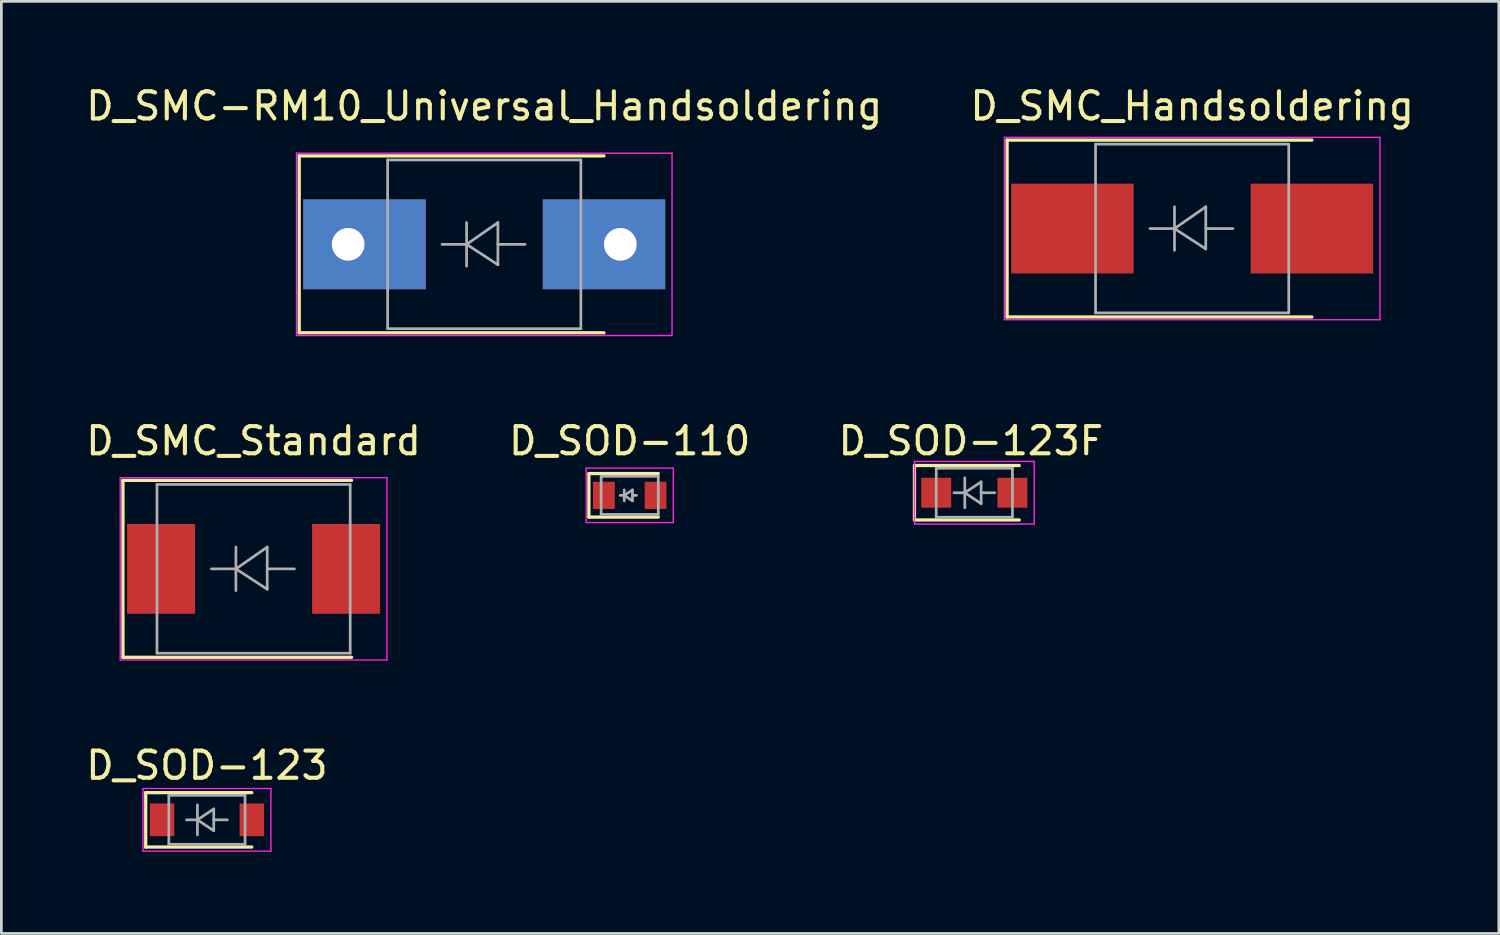
<source format=kicad_pcb>
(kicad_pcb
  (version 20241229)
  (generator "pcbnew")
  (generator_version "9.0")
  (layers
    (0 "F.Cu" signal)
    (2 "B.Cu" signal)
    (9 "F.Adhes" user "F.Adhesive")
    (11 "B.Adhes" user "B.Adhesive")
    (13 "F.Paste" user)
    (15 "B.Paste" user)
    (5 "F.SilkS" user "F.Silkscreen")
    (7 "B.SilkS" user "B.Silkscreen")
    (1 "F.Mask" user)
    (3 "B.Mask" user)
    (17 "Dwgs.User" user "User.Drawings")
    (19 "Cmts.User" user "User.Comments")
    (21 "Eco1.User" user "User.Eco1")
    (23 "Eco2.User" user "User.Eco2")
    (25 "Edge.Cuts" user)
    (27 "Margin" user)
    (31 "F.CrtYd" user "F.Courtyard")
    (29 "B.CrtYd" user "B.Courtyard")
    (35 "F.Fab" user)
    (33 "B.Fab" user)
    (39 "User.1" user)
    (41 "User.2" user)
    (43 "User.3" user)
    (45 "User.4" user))
  (footprint "D_SOD-123"
    (layer "F.Cu")
    (at 4.554 27.075)
    (property "Reference" "D_SOD-123" (at 0 -2 0) (layer "F.SilkS") (effects (font (size 1 1) (thickness 0.15))))
    (attr smd)
    (fp_line (start -2.25 -1) (end -2.25 1) (stroke (width 0.12) (type solid)) (layer "F.SilkS"))
    (fp_line (start -2.25 -1) (end 1.65 -1) (stroke (width 0.12) (type solid)) (layer "F.SilkS"))
    (fp_line (start -2.25 1) (end 1.65 1) (stroke (width 0.12) (type solid)) (layer "F.SilkS"))
    (fp_line (start -2.35 -1.15) (end -2.35 1.15) (stroke (width 0.05) (type solid)) (layer "F.CrtYd"))
    (fp_line (start -2.35 -1.15) (end 2.35 -1.15) (stroke (width 0.05) (type solid)) (layer "F.CrtYd"))
    (fp_line (start 2.35 -1.15) (end 2.35 1.15) (stroke (width 0.05) (type solid)) (layer "F.CrtYd"))
    (fp_line (start 2.35 1.15) (end -2.35 1.15) (stroke (width 0.05) (type solid)) (layer "F.CrtYd"))
    (fp_line (start -1.4 -0.9) (end 1.4 -0.9) (stroke (width 0.1) (type solid)) (layer "F.Fab"))
    (fp_line (start -1.4 0.9) (end -1.4 -0.9) (stroke (width 0.1) (type solid)) (layer "F.Fab"))
    (fp_line (start -0.75 0) (end -0.35 0) (stroke (width 0.1) (type solid)) (layer "F.Fab"))
    (fp_line (start -0.35 0) (end -0.35 -0.55) (stroke (width 0.1) (type solid)) (layer "F.Fab"))
    (fp_line (start -0.35 0) (end -0.35 0.55) (stroke (width 0.1) (type solid)) (layer "F.Fab"))
    (fp_line (start -0.35 0) (end 0.25 -0.4) (stroke (width 0.1) (type solid)) (layer "F.Fab"))
    (fp_line (start 0.25 -0.4) (end 0.25 0.4) (stroke (width 0.1) (type solid)) (layer "F.Fab"))
    (fp_line (start 0.25 0) (end 0.75 0) (stroke (width 0.1) (type solid)) (layer "F.Fab"))
    (fp_line (start 0.25 0.4) (end -0.35 0) (stroke (width 0.1) (type solid)) (layer "F.Fab"))
    (fp_line (start 1.4 -0.9) (end 1.4 0.9) (stroke (width 0.1) (type solid)) (layer "F.Fab"))
    (fp_line (start 1.4 0.9) (end -1.4 0.9) (stroke (width 0.1) (type solid)) (layer "F.Fab"))
    (pad "1" smd rect (at -1.65 0) (size 0.9 1.2) (layers "F.Cu" "F.Mask" "F.Paste"))
    (pad "2" smd rect (at 1.65 0) (size 0.9 1.2) (layers "F.Cu" "F.Mask" "F.Paste")))
  (footprint "D_SMC-RM10_Universal_Handsoldering"
    (layer "F.Cu")
    (at 14.744 5.928)
    (property "Reference" "D_SMC-RM10_Universal_Handsoldering" (at 0 -5.08 0) (layer "F.SilkS") (effects (font (size 1 1) (thickness 0.15))))
    (attr through_hole)
    (fp_line (start -6.8 -3.25) (end 4.4 -3.25) (stroke (width 0.12) (type solid)) (layer "F.SilkS"))
    (fp_line (start -6.8 3.25) (end -6.8 -3.25) (stroke (width 0.12) (type solid)) (layer "F.SilkS"))
    (fp_line (start -6.8 3.25) (end 4.4 3.25) (stroke (width 0.12) (type solid)) (layer "F.SilkS"))
    (fp_line (start -6.9 -3.35) (end 6.9 -3.35) (stroke (width 0.05) (type solid)) (layer "F.CrtYd"))
    (fp_line (start -6.9 3.35) (end -6.9 -3.35) (stroke (width 0.05) (type solid)) (layer "F.CrtYd"))
    (fp_line (start 6.9 -3.35) (end 6.9 3.35) (stroke (width 0.05) (type solid)) (layer "F.CrtYd"))
    (fp_line (start 6.9 3.35) (end -6.9 3.35) (stroke (width 0.05) (type solid)) (layer "F.CrtYd"))
    (fp_line (start -3.55 3.1) (end -3.55 -3.1) (stroke (width 0.1) (type solid)) (layer "F.Fab"))
    (fp_line (start -0.649 -0.799) (end -0.649 0.801) (stroke (width 0.1) (type solid)) (layer "F.Fab"))
    (fp_line (start -0.649 0.001) (end -1.551 0.001) (stroke (width 0.1) (type solid)) (layer "F.Fab"))
    (fp_line (start -0.649 0.001) (end 0.501 -0.799) (stroke (width 0.1) (type solid)) (layer "F.Fab"))
    (fp_line (start -0.649 0.001) (end 0.501 0.75) (stroke (width 0.1) (type solid)) (layer "F.Fab"))
    (fp_line (start 0.501 0.001) (end 1.499 0.001) (stroke (width 0.1) (type solid)) (layer "F.Fab"))
    (fp_line (start 0.501 0.75) (end 0.501 -0.799) (stroke (width 0.1) (type solid)) (layer "F.Fab"))
    (fp_line (start 3.55 -3.1) (end -3.55 -3.1) (stroke (width 0.1) (type solid)) (layer "F.Fab"))
    (fp_line (start 3.55 -3.1) (end 3.55 3.1) (stroke (width 0.1) (type solid)) (layer "F.Fab"))
    (fp_line (start 3.55 3.1) (end -3.55 3.1) (stroke (width 0.1) (type solid)) (layer "F.Fab"))
    (pad "1" thru_hole rect (at -5 0) (size 4.5 3.3) (drill 1.2 (offset 0.6 0)) (layers "*.Cu" "*.Mask"))
    (pad "2" thru_hole rect (at 5 0 180) (size 4.5 3.3) (drill 1.2 (offset 0.6 0)) (layers "*.Cu" "*.Mask")))
  (footprint "D_SOD-110"
    (layer "F.Cu")
    (at 20.089 15.152)
    (property "Reference" "D_SOD-110" (at 0 -2 0) (layer "F.SilkS") (effects (font (size 1 1) (thickness 0.15))))
    (attr smd)
    (fp_line (start -1.5 -0.8) (end -1.5 0.8) (stroke (width 0.12) (type solid)) (layer "F.SilkS"))
    (fp_line (start -1.5 -0.8) (end 1.05 -0.8) (stroke (width 0.12) (type solid)) (layer "F.SilkS"))
    (fp_line (start -1.5 0.8) (end 1.05 0.8) (stroke (width 0.12) (type solid)) (layer "F.SilkS"))
    (fp_line (start -1.6 -1) (end -1.6 1) (stroke (width 0.05) (type solid)) (layer "F.CrtYd"))
    (fp_line (start -1.6 -1) (end 1.6 -1) (stroke (width 0.05) (type solid)) (layer "F.CrtYd"))
    (fp_line (start 1.6 -1) (end 1.6 1) (stroke (width 0.05) (type solid)) (layer "F.CrtYd"))
    (fp_line (start 1.6 1) (end -1.6 1) (stroke (width 0.05) (type solid)) (layer "F.CrtYd"))
    (fp_line (start -1.05 -0.7) (end -1.05 0.7) (stroke (width 0.1) (type solid)) (layer "F.Fab"))
    (fp_line (start -1.05 0.7) (end 1.05 0.7) (stroke (width 0.1) (type solid)) (layer "F.Fab"))
    (fp_line (start -0.2 0) (end -0.35 0) (stroke (width 0.1) (type solid)) (layer "F.Fab"))
    (fp_line (start -0.2 0) (end 0.1 0.2) (stroke (width 0.1) (type solid)) (layer "F.Fab"))
    (fp_line (start -0.2 0.2) (end -0.2 -0.2) (stroke (width 0.1) (type solid)) (layer "F.Fab"))
    (fp_line (start 0.1 -0.2) (end -0.2 0) (stroke (width 0.1) (type solid)) (layer "F.Fab"))
    (fp_line (start 0.1 0) (end 0.25 0) (stroke (width 0.1) (type solid)) (layer "F.Fab"))
    (fp_line (start 0.1 0.2) (end 0.1 -0.2) (stroke (width 0.1) (type solid)) (layer "F.Fab"))
    (fp_line (start 1.05 -0.7) (end -1.05 -0.7) (stroke (width 0.1) (type solid)) (layer "F.Fab"))
    (fp_line (start 1.05 0.7) (end 1.05 -0.7) (stroke (width 0.1) (type solid)) (layer "F.Fab"))
    (pad "1" smd rect (at -0.95 0) (size 0.8 1) (layers "F.Cu" "F.Mask" "F.Paste"))
    (pad "2" smd rect (at 0.95 0) (size 0.8 1) (layers "F.Cu" "F.Mask" "F.Paste")))
  (footprint "D_SMC_Standard"
    (layer "F.Cu")
    (at 6.268 17.852)
    (property "Reference" "D_SMC_Standard" (at 0 -4.7 0) (layer "F.SilkS") (effects (font (size 1 1) (thickness 0.15))))
    (attr smd)
    (fp_line (start -4.8 -3.25) (end 3.6 -3.25) (stroke (width 0.12) (type solid)) (layer "F.SilkS"))
    (fp_line (start -4.8 3.25) (end -4.8 -3.25) (stroke (width 0.12) (type solid)) (layer "F.SilkS"))
    (fp_line (start -4.8 3.25) (end 3.6 3.25) (stroke (width 0.12) (type solid)) (layer "F.SilkS"))
    (fp_line (start -4.9 -3.35) (end 4.9 -3.35) (stroke (width 0.05) (type solid)) (layer "F.CrtYd"))
    (fp_line (start -4.9 3.35) (end -4.9 -3.35) (stroke (width 0.05) (type solid)) (layer "F.CrtYd"))
    (fp_line (start 4.9 -3.35) (end 4.9 3.35) (stroke (width 0.05) (type solid)) (layer "F.CrtYd"))
    (fp_line (start 4.9 3.35) (end -4.9 3.35) (stroke (width 0.05) (type solid)) (layer "F.CrtYd"))
    (fp_line (start -3.55 3.1) (end -3.55 -3.1) (stroke (width 0.1) (type solid)) (layer "F.Fab"))
    (fp_line (start -0.649 -0.799) (end -0.649 0.801) (stroke (width 0.1) (type solid)) (layer "F.Fab"))
    (fp_line (start -0.649 0.001) (end -1.551 0.001) (stroke (width 0.1) (type solid)) (layer "F.Fab"))
    (fp_line (start -0.649 0.001) (end 0.501 -0.799) (stroke (width 0.1) (type solid)) (layer "F.Fab"))
    (fp_line (start -0.649 0.001) (end 0.501 0.75) (stroke (width 0.1) (type solid)) (layer "F.Fab"))
    (fp_line (start 0.501 0.001) (end 1.499 0.001) (stroke (width 0.1) (type solid)) (layer "F.Fab"))
    (fp_line (start 0.501 0.75) (end 0.501 -0.799) (stroke (width 0.1) (type solid)) (layer "F.Fab"))
    (fp_line (start 3.55 -3.1) (end -3.55 -3.1) (stroke (width 0.1) (type solid)) (layer "F.Fab"))
    (fp_line (start 3.55 -3.1) (end 3.55 3.1) (stroke (width 0.1) (type solid)) (layer "F.Fab"))
    (fp_line (start 3.55 3.1) (end -3.55 3.1) (stroke (width 0.1) (type solid)) (layer "F.Fab"))
    (pad "1" smd rect (at -3.4 0 90) (size 3.3 2.5) (layers "F.Cu" "F.Mask" "F.Paste"))
    (pad "2" smd rect (at 3.4 0 90) (size 3.3 2.5) (layers "F.Cu" "F.Mask" "F.Paste")))
  (footprint "D_SOD-123F"
    (layer "F.Cu")
    (at 32.752 15.056)
    (property "Reference" "D_SOD-123F" (at -0.127 -1.905 0) (layer "F.SilkS") (effects (font (size 1 1) (thickness 0.15))))
    (attr smd)
    (fp_line (start -2.2 -1) (end -2.2 1) (stroke (width 0.12) (type solid)) (layer "F.SilkS"))
    (fp_line (start -2.2 -1) (end 1.65 -1) (stroke (width 0.12) (type solid)) (layer "F.SilkS"))
    (fp_line (start -2.2 1) (end 1.65 1) (stroke (width 0.12) (type solid)) (layer "F.SilkS"))
    (fp_line (start -2.2 -1.15) (end -2.2 1.15) (stroke (width 0.05) (type solid)) (layer "F.CrtYd"))
    (fp_line (start -2.2 -1.15) (end 2.2 -1.15) (stroke (width 0.05) (type solid)) (layer "F.CrtYd"))
    (fp_line (start 2.2 -1.15) (end 2.2 1.15) (stroke (width 0.05) (type solid)) (layer "F.CrtYd"))
    (fp_line (start 2.2 1.15) (end -2.2 1.15) (stroke (width 0.05) (type solid)) (layer "F.CrtYd"))
    (fp_line (start -1.4 -0.9) (end 1.4 -0.9) (stroke (width 0.1) (type solid)) (layer "F.Fab"))
    (fp_line (start -1.4 0.9) (end -1.4 -0.9) (stroke (width 0.1) (type solid)) (layer "F.Fab"))
    (fp_line (start -0.75 0) (end -0.35 0) (stroke (width 0.1) (type solid)) (layer "F.Fab"))
    (fp_line (start -0.35 0) (end -0.35 -0.55) (stroke (width 0.1) (type solid)) (layer "F.Fab"))
    (fp_line (start -0.35 0) (end -0.35 0.55) (stroke (width 0.1) (type solid)) (layer "F.Fab"))
    (fp_line (start -0.35 0) (end 0.25 -0.4) (stroke (width 0.1) (type solid)) (layer "F.Fab"))
    (fp_line (start 0.25 -0.4) (end 0.25 0.4) (stroke (width 0.1) (type solid)) (layer "F.Fab"))
    (fp_line (start 0.25 0) (end 0.75 0) (stroke (width 0.1) (type solid)) (layer "F.Fab"))
    (fp_line (start 0.25 0.4) (end -0.35 0) (stroke (width 0.1) (type solid)) (layer "F.Fab"))
    (fp_line (start 1.4 -0.9) (end 1.4 0.9) (stroke (width 0.1) (type solid)) (layer "F.Fab"))
    (fp_line (start 1.4 0.9) (end -1.4 0.9) (stroke (width 0.1) (type solid)) (layer "F.Fab"))
    (pad "1" smd rect (at -1.4 0) (size 1.1 1.1) (layers "F.Cu" "F.Mask" "F.Paste"))
    (pad "2" smd rect (at 1.4 0) (size 1.1 1.1) (layers "F.Cu" "F.Mask" "F.Paste")))
  (footprint "D_SMC_Handsoldering"
    (layer "F.Cu")
    (at 40.756 5.348)
    (property "Reference" "D_SMC_Handsoldering" (at 0 -4.5 0) (layer "F.SilkS") (effects (font (size 1 1) (thickness 0.15))))
    (attr smd)
    (fp_line (start -6.8 -3.25) (end 4.4 -3.25) (stroke (width 0.12) (type solid)) (layer "F.SilkS"))
    (fp_line (start -6.8 3.25) (end -6.8 -3.25) (stroke (width 0.12) (type solid)) (layer "F.SilkS"))
    (fp_line (start -6.8 3.25) (end 4.4 3.25) (stroke (width 0.12) (type solid)) (layer "F.SilkS"))
    (fp_line (start -6.9 -3.35) (end 6.9 -3.35) (stroke (width 0.05) (type solid)) (layer "F.CrtYd"))
    (fp_line (start -6.9 3.35) (end -6.9 -3.35) (stroke (width 0.05) (type solid)) (layer "F.CrtYd"))
    (fp_line (start 6.9 -3.35) (end 6.9 3.35) (stroke (width 0.05) (type solid)) (layer "F.CrtYd"))
    (fp_line (start 6.9 3.35) (end -6.9 3.35) (stroke (width 0.05) (type solid)) (layer "F.CrtYd"))
    (fp_line (start -3.55 3.1) (end -3.55 -3.1) (stroke (width 0.1) (type solid)) (layer "F.Fab"))
    (fp_line (start -0.649 -0.799) (end -0.649 0.801) (stroke (width 0.1) (type solid)) (layer "F.Fab"))
    (fp_line (start -0.649 0.001) (end -1.551 0.001) (stroke (width 0.1) (type solid)) (layer "F.Fab"))
    (fp_line (start -0.649 0.001) (end 0.501 -0.799) (stroke (width 0.1) (type solid)) (layer "F.Fab"))
    (fp_line (start -0.649 0.001) (end 0.501 0.75) (stroke (width 0.1) (type solid)) (layer "F.Fab"))
    (fp_line (start 0.501 0.001) (end 1.499 0.001) (stroke (width 0.1) (type solid)) (layer "F.Fab"))
    (fp_line (start 0.501 0.75) (end 0.501 -0.799) (stroke (width 0.1) (type solid)) (layer "F.Fab"))
    (fp_line (start 3.55 -3.1) (end -3.55 -3.1) (stroke (width 0.1) (type solid)) (layer "F.Fab"))
    (fp_line (start 3.55 -3.1) (end 3.55 3.1) (stroke (width 0.1) (type solid)) (layer "F.Fab"))
    (fp_line (start 3.55 3.1) (end -3.55 3.1) (stroke (width 0.1) (type solid)) (layer "F.Fab"))
    (pad "1" smd rect (at -4.4 0 90) (size 3.3 4.5) (layers "F.Cu" "F.Mask" "F.Paste"))
    (pad "2" smd rect (at 4.4 0 90) (size 3.3 4.5) (layers "F.Cu" "F.Mask" "F.Paste")))
  (gr_rect
    (start -3 -3)
    (end 52.024 31.25)
    (stroke (width 0.1) (type default))
    (fill no)
    (layer "Edge.Cuts")))
</source>
